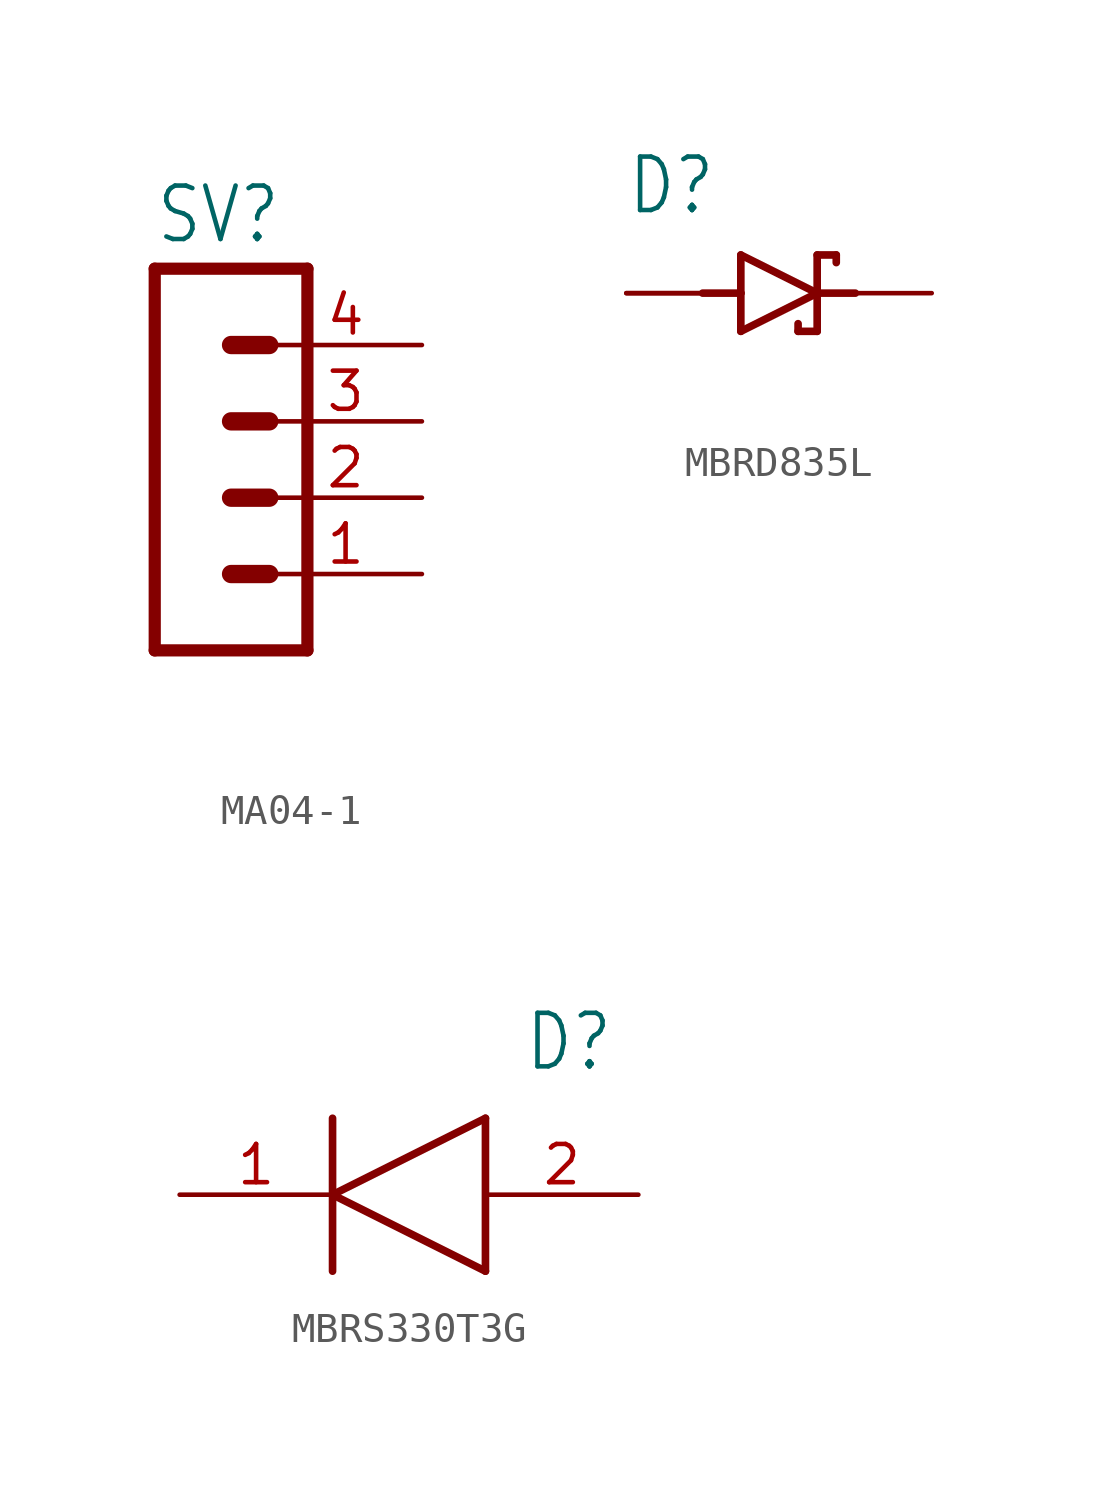
<source format=kicad_sym>
(kicad_symbol_lib
  (version 20231120)
  (generator "kicad_symbol_editor")
  (generator_version "8.0")
  (symbol "MA04-1"
    (property "Reference" "SV"
      (at -1.27 5.842 0)
      (effects (font (size 1.778 1.511)) (justify left bottom)))
    (property "Value" ""
      (at -1.27 -10.16 0)
      (effects (font (size 1.778 1.511)) (justify left bottom)))
    (property "ki_locked" ""
      (at 0 0 0)
      (effects (font (size 1.27 1.27))))
    (symbol "MA04-1_1_0"
      (polyline (pts (xy -1.27 5.08) (xy -1.27 -7.62)) (stroke (width 0.406) (type solid)) (fill (type none)))
      (polyline (pts (xy -1.27 5.08) (xy 3.81 5.08)) (stroke (width 0.406) (type solid)) (fill (type none)))
      (polyline (pts (xy 1.27 -5.08) (xy 2.54 -5.08)) (stroke (width 0.61) (type solid)) (fill (type none)))
      (polyline (pts (xy 1.27 -2.54) (xy 2.54 -2.54)) (stroke (width 0.61) (type solid)) (fill (type none)))
      (polyline (pts (xy 1.27 0) (xy 2.54 0)) (stroke (width 0.61) (type solid)) (fill (type none)))
      (polyline (pts (xy 1.27 2.54) (xy 2.54 2.54)) (stroke (width 0.61) (type solid)) (fill (type none)))
      (polyline (pts (xy 3.81 -7.62) (xy -1.27 -7.62)) (stroke (width 0.406) (type solid)) (fill (type none)))
      (polyline (pts (xy 3.81 -7.62) (xy 3.81 5.08)) (stroke (width 0.406) (type solid)) (fill (type none)))
      (pin passive line (at 7.62 -5.08 180) (length 5.08) (name "1" (effects (font (size 0 0)))) (number "1" (effects (font (size 1.27 1.27)))))
      (pin passive line (at 7.62 -2.54 180) (length 5.08) (name "2" (effects (font (size 0 0)))) (number "2" (effects (font (size 1.27 1.27)))))
      (pin passive line (at 7.62 0 180) (length 5.08) (name "3" (effects (font (size 0 0)))) (number "3" (effects (font (size 1.27 1.27)))))
      (pin passive line (at 7.62 2.54 180) (length 5.08) (name "4" (effects (font (size 0 0)))) (number "4" (effects (font (size 1.27 1.27)))))))
  (symbol "MBRD835L"
    (property "Reference" "D"
      (at -5.08 2.54 0)
      (effects (font (size 1.778 1.511)) (justify left bottom)))
    (property "Value" ""
      (at -5.08 -3.81 0)
      (effects (font (size 1.778 1.511)) (justify left bottom)))
    (property "ki_locked" ""
      (at 0 0 0)
      (effects (font (size 1.27 1.27))))
    (symbol "MBRD835L_1_0"
      (polyline (pts (xy -2.54 0) (xy -1.27 0)) (stroke (width 0.254) (type solid)) (fill (type none)))
      (polyline (pts (xy -1.27 -1.27) (xy 1.27 0)) (stroke (width 0.254) (type solid)) (fill (type none)))
      (polyline (pts (xy -1.27 0) (xy -1.27 -1.27)) (stroke (width 0.254) (type solid)) (fill (type none)))
      (polyline (pts (xy -1.27 1.27) (xy -1.27 0)) (stroke (width 0.254) (type solid)) (fill (type none)))
      (polyline (pts (xy 0.635 -1.016) (xy 0.635 -1.27)) (stroke (width 0.254) (type solid)) (fill (type none)))
      (polyline (pts (xy 1.27 -1.27) (xy 0.635 -1.27)) (stroke (width 0.254) (type solid)) (fill (type none)))
      (polyline (pts (xy 1.27 0) (xy -1.27 1.27)) (stroke (width 0.254) (type solid)) (fill (type none)))
      (polyline (pts (xy 1.27 0) (xy 1.27 -1.27)) (stroke (width 0.254) (type solid)) (fill (type none)))
      (polyline (pts (xy 1.27 1.27) (xy 1.27 0)) (stroke (width 0.254) (type solid)) (fill (type none)))
      (polyline (pts (xy 1.905 1.27) (xy 1.27 1.27)) (stroke (width 0.254) (type solid)) (fill (type none)))
      (polyline (pts (xy 1.905 1.27) (xy 1.905 1.016)) (stroke (width 0.254) (type solid)) (fill (type none)))
      (polyline (pts (xy 2.54 0) (xy 1.27 0)) (stroke (width 0.254) (type solid)) (fill (type none)))
      (pin passive line (at -5.08 0 0) (length 2.54) (name "A" (effects (font (size 0 0)))) (number "1" (effects (font (size 0 0)))))
      (pin passive line (at -5.08 0 0) (length 2.54) (name "A" (effects (font (size 0 0)))) (number "3" (effects (font (size 0 0)))))
      (pin passive line (at 5.08 0 180) (length 2.54) (name "K" (effects (font (size 0 0)))) (number "4" (effects (font (size 0 0)))))))
  (symbol "MBRS330T3G"
    (property "Reference" "D"
      (at 11.43 5.08 0)
      (effects (font (size 1.778 1.511)) (justify left)))
    (property "Value" ""
      (at 11.43 2.54 0)
      (effects (font (size 1.778 1.511)) (justify left)))
    (property "ki_locked" ""
      (at 0 0 0)
      (effects (font (size 1.27 1.27))))
    (symbol "MBRS330T3G_1_0"
      (polyline (pts (xy 5.08 0) (xy 10.16 2.54)) (stroke (width 0.254) (type solid)) (fill (type none)))
      (polyline (pts (xy 5.08 2.54) (xy 5.08 -2.54)) (stroke (width 0.254) (type solid)) (fill (type none)))
      (polyline (pts (xy 10.16 -2.54) (xy 5.08 0)) (stroke (width 0.254) (type solid)) (fill (type none)))
      (polyline (pts (xy 10.16 -2.54) (xy 10.16 2.54)) (stroke (width 0.254) (type solid)) (fill (type none)))
      (pin bidirectional line (at 0 0 0) (length 5.08) (name "K" (effects (font (size 0 0)))) (number "1" (effects (font (size 1.27 1.27)))))
      (pin bidirectional line (at 15.24 0 180) (length 5.08) (name "A" (effects (font (size 0 0)))) (number "2" (effects (font (size 1.27 1.27))))))))
</source>
